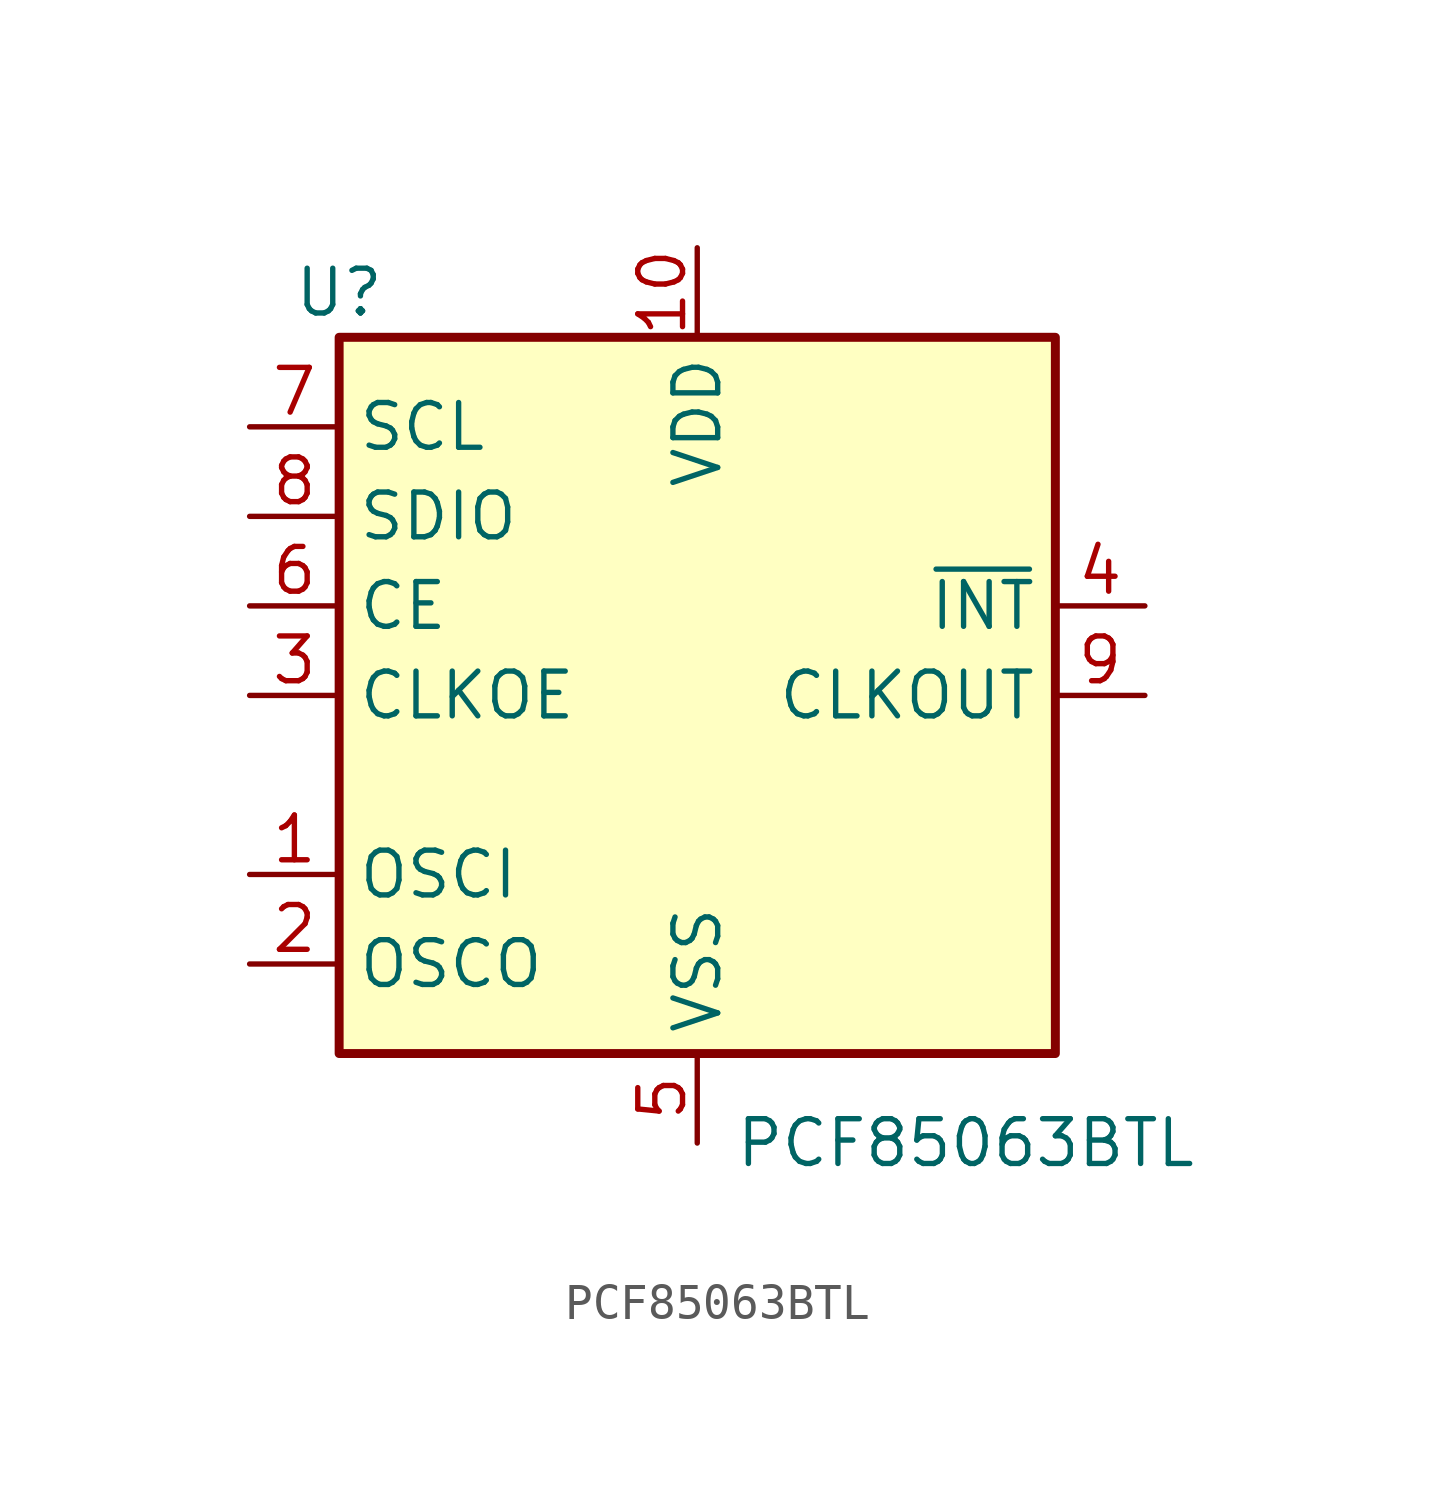
<source format=kicad_sym>
(kicad_symbol_lib
  (version 20241209)
  (generator "kicad_symbol_editor")
  (generator_version "9.0")
  (symbol "PCF85063BTL"
    (property "Reference" "U"
      (at -10.16 11.43 0)
      (effects (font (size 1.27 1.27))))
    (property "Value" "PCF85063BTL"
      (at 7.62 -12.7 0)
      (effects (font (size 1.27 1.27))))
    (symbol "PCF85063BTL_0_1"
      (rectangle (start -10.16 10.16) (end 10.16 -10.16) (stroke (width 0.254) (type default)) (fill (type background))))
    (symbol "PCF85063BTL_1_1"
      (pin input line (at -12.7 7.62 0) (length 2.54) (name "SCL" (effects (font (size 1.27 1.27)))) (number "7" (effects (font (size 1.27 1.27)))))
      (pin bidirectional line (at -12.7 5.08 0) (length 2.54) (name "SDIO" (effects (font (size 1.27 1.27)))) (number "8" (effects (font (size 1.27 1.27)))))
      (pin input line (at -12.7 2.54 0) (length 2.54) (name "CE" (effects (font (size 1.27 1.27)))) (number "6" (effects (font (size 1.27 1.27)))))
      (pin input line (at -12.7 0 0) (length 2.54) (name "CLKOE" (effects (font (size 1.27 1.27)))) (number "3" (effects (font (size 1.27 1.27)))))
      (pin input line (at -12.7 -5.08 0) (length 2.54) (name "OSCI" (effects (font (size 1.27 1.27)))) (number "1" (effects (font (size 1.27 1.27)))))
      (pin output line (at -12.7 -7.62 0) (length 2.54) (name "OSCO" (effects (font (size 1.27 1.27)))) (number "2" (effects (font (size 1.27 1.27)))))
      (pin power_in line (at 0 12.7 270) (length 2.54) (name "VDD" (effects (font (size 1.27 1.27)))) (number "10" (effects (font (size 1.27 1.27)))))
      (pin power_in line (at 0 -12.7 90) (length 2.54) (name "VSS" (effects (font (size 1.27 1.27)))) (number "5" (effects (font (size 1.27 1.27)))))
      (pin output line (at 12.7 2.54 180) (length 2.54) (name "~{INT}" (effects (font (size 1.27 1.27)))) (number "4" (effects (font (size 1.27 1.27)))))
      (pin output line (at 12.7 0 180) (length 2.54) (name "CLKOUT" (effects (font (size 1.27 1.27)))) (number "9" (effects (font (size 1.27 1.27))))))))
</source>
